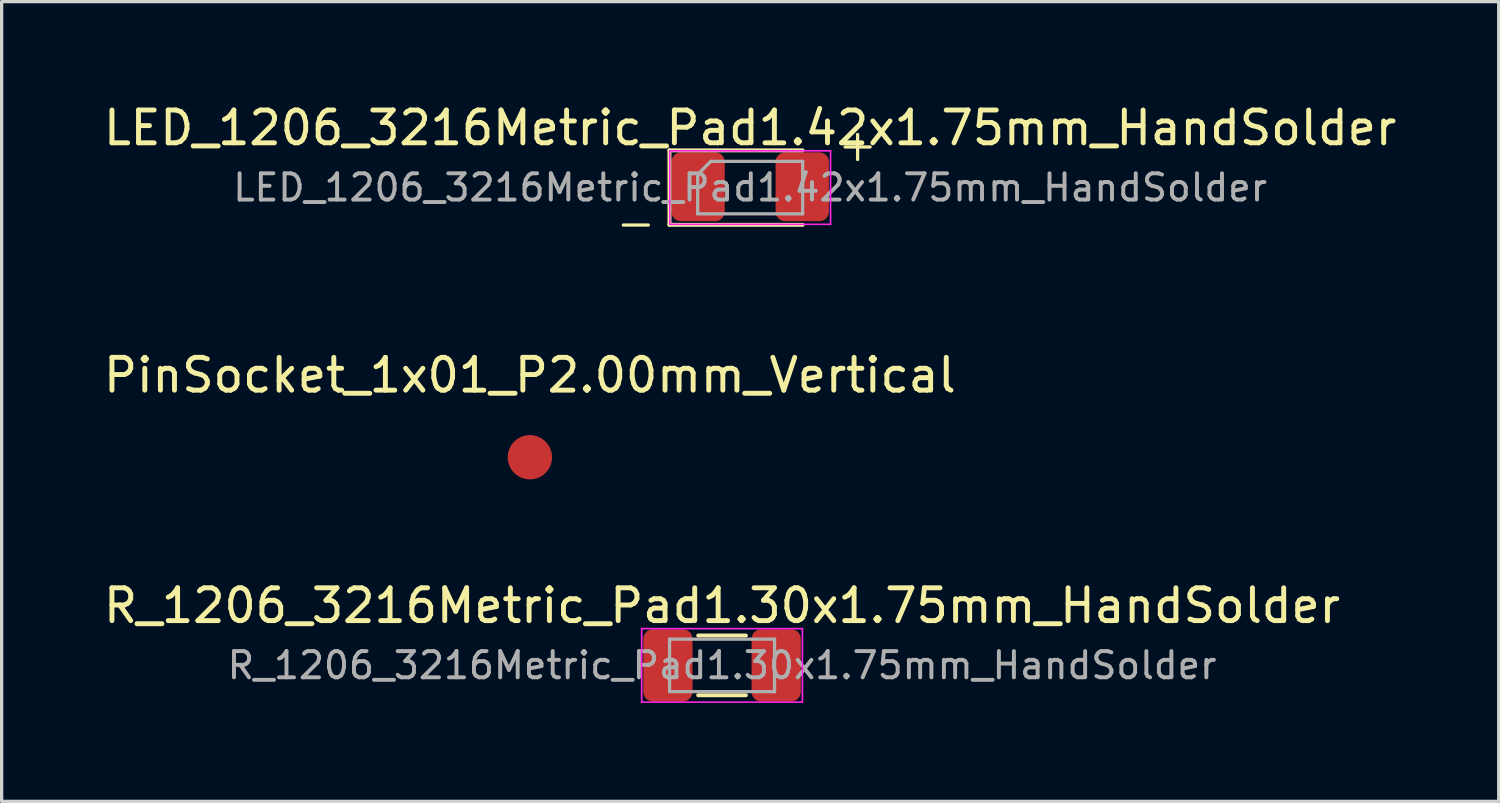
<source format=kicad_pcb>
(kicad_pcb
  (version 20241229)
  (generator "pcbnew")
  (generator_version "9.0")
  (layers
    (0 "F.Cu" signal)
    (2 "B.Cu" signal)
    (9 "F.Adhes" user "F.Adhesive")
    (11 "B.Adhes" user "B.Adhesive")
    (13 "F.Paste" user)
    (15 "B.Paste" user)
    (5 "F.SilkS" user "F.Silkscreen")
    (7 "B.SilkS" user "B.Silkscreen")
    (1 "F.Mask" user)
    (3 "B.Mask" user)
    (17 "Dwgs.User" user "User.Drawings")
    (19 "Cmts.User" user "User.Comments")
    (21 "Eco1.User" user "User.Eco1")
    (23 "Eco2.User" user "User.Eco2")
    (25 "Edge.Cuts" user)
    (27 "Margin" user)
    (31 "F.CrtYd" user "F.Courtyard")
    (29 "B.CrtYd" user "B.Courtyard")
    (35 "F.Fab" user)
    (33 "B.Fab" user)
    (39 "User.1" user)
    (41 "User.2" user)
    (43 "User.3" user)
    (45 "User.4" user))
  (footprint "R_1206_3216Metric_Pad1.30x1.75mm_HandSolder"
    (layer "F.Cu")
    (at 18.958 17.231)
    (property "Reference" "R_1206_3216Metric_Pad1.30x1.75mm_HandSolder" (at 0 -1.82 0) (layer "F.SilkS") (effects (font (size 1 1) (thickness 0.15))))
    (attr smd)
    (fp_line (start -0.727 -0.91) (end 0.727 -0.91) (stroke (width 0.12) (type solid)) (layer "F.SilkS"))
    (fp_line (start -0.727 0.91) (end 0.727 0.91) (stroke (width 0.12) (type solid)) (layer "F.SilkS"))
    (fp_line (start -2.45 -1.12) (end 2.45 -1.12) (stroke (width 0.05) (type solid)) (layer "F.CrtYd"))
    (fp_line (start -2.45 1.12) (end -2.45 -1.12) (stroke (width 0.05) (type solid)) (layer "F.CrtYd"))
    (fp_line (start 2.45 -1.12) (end 2.45 1.12) (stroke (width 0.05) (type solid)) (layer "F.CrtYd"))
    (fp_line (start 2.45 1.12) (end -2.45 1.12) (stroke (width 0.05) (type solid)) (layer "F.CrtYd"))
    (fp_line (start -1.6 -0.8) (end 1.6 -0.8) (stroke (width 0.1) (type solid)) (layer "F.Fab"))
    (fp_line (start -1.6 0.8) (end -1.6 -0.8) (stroke (width 0.1) (type solid)) (layer "F.Fab"))
    (fp_line (start 1.6 -0.8) (end 1.6 0.8) (stroke (width 0.1) (type solid)) (layer "F.Fab"))
    (fp_line (start 1.6 0.8) (end -1.6 0.8) (stroke (width 0.1) (type solid)) (layer "F.Fab"))
    (fp_text user "${REFERENCE}" (at 0 0 0) (layer "F.Fab") (effects (font (size 0.8 0.8) (thickness 0.12))))
    (pad "1" smd roundrect (at -1.65 0) (size 1.5 2.2) (layers "F.Cu" "F.Mask" "F.Paste") (roundrect_rratio 0.192))
    (pad "2" smd roundrect (at 1.65 0) (size 1.5 2.2) (layers "F.Cu" "F.Mask" "F.Paste") (roundrect_rratio 0.192)))
  (footprint "PinSocket_1x01_P2.00mm_Vertical"
    (layer "F.Cu")
    (at 13.101 10.887)
    (property "Reference" "PinSocket_1x01_P2.00mm_Vertical" (at 0 -2.5 0) (layer "F.SilkS") (effects (font (size 1 1) (thickness 0.15))))
    (attr through_hole board_only exclude_from_pos_files exclude_from_bom dnp)
    (pad "1" smd circle (at 0 0) (size 1.35 1.35) (layers "F.Cu" "F.Mask" "F.Paste")))
  (footprint "LED_1206_3216Metric_Pad1.42x1.75mm_HandSolder"
    (layer "F.Cu")
    (at 19.815 2.668)
    (property "Reference" "LED_1206_3216Metric_Pad1.42x1.75mm_HandSolder" (at 0 -1.82 0) (layer "F.SilkS") (effects (font (size 1 1) (thickness 0.15))))
    (attr smd)
    (fp_line (start -2.46 -1.135) (end -2.46 1.135) (stroke (width 0.12) (type solid)) (layer "F.SilkS"))
    (fp_line (start -2.46 1.135) (end 1.6 1.135) (stroke (width 0.12) (type solid)) (layer "F.SilkS"))
    (fp_line (start 1.6 -1.135) (end -2.46 -1.135) (stroke (width 0.12) (type solid)) (layer "F.SilkS"))
    (fp_line (start -2.45 -1.12) (end 2.45 -1.12) (stroke (width 0.05) (type solid)) (layer "F.CrtYd"))
    (fp_line (start -2.45 1.12) (end -2.45 -1.12) (stroke (width 0.05) (type solid)) (layer "F.CrtYd"))
    (fp_line (start 2.45 -1.12) (end 2.45 1.12) (stroke (width 0.05) (type solid)) (layer "F.CrtYd"))
    (fp_line (start 2.45 1.12) (end -2.45 1.12) (stroke (width 0.05) (type solid)) (layer "F.CrtYd"))
    (fp_line (start -1.6 -0.4) (end -1.6 0.8) (stroke (width 0.1) (type solid)) (layer "F.Fab"))
    (fp_line (start -1.6 0.8) (end 1.6 0.8) (stroke (width 0.1) (type solid)) (layer "F.Fab"))
    (fp_line (start -1.2 -0.8) (end -1.6 -0.4) (stroke (width 0.1) (type solid)) (layer "F.Fab"))
    (fp_line (start 1.6 -0.8) (end -1.2 -0.8) (stroke (width 0.1) (type solid)) (layer "F.Fab"))
    (fp_line (start 1.6 0.8) (end 1.6 -0.8) (stroke (width 0.1) (type solid)) (layer "F.Fab"))
    (fp_text user "-" (at -4.17 1.65 0) (unlocked yes) (layer "F.SilkS") (effects (font (size 1 1) (thickness 0.1)) (justify left bottom)))
    (fp_text user "+" (at 2.59 -0.73 0) (unlocked yes) (layer "F.SilkS") (effects (font (size 1 1) (thickness 0.1)) (justify left bottom)))
    (fp_text user "${REFERENCE}" (at 0 0 0) (layer "F.Fab") (effects (font (size 0.8 0.8) (thickness 0.12))))
    (pad "1" smd roundrect (at -1.587 -0.025) (size 1.625 2.1) (layers "F.Cu" "F.Mask" "F.Paste") (roundrect_rratio 0.175))
    (pad "2" smd roundrect (at 1.587 -0.025) (size 1.625 2.1) (layers "F.Cu" "F.Mask" "F.Paste") (roundrect_rratio 0.175)))
  (gr_rect
    (start -3 -3)
    (end 42.631 21.376)
    (stroke (width 0.1) (type default))
    (fill no)
    (layer "Edge.Cuts")))
</source>
